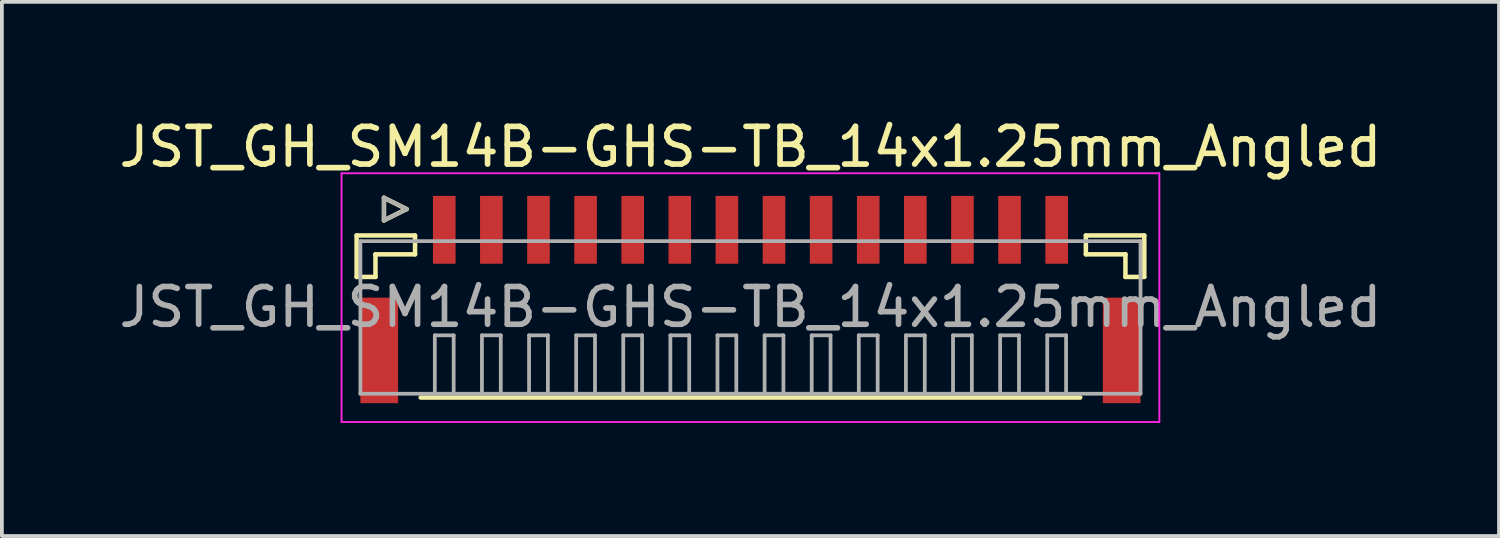
<source format=kicad_pcb>
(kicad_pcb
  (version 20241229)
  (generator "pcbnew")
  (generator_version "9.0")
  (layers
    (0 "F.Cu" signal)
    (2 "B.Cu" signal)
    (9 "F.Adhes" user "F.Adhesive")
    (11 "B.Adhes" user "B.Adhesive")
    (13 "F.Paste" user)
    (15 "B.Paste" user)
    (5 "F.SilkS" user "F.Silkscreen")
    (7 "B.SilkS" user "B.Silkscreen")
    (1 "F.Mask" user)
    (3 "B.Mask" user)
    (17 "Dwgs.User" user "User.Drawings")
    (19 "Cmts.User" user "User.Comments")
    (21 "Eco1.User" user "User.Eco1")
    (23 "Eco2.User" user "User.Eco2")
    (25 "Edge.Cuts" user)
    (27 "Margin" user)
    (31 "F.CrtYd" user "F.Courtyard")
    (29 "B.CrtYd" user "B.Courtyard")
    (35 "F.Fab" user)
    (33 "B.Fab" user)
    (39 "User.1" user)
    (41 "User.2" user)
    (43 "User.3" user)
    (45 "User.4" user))
  (footprint "JST_GH_SM14B-GHS-TB_14x1.25mm_Angled"
    (layer "F.Cu")
    (at 16.863 4.648)
    (property "Reference" "JST_GH_SM14B-GHS-TB_14x1.25mm_Angled" (at 0 -3.8 0) (layer "F.SilkS") (effects (font (size 1 1) (thickness 0.15))))
    (attr smd)
    (fp_line (start -10.45 -1.45) (end -8.9 -1.45) (stroke (width 0.12) (type solid)) (layer "F.SilkS"))
    (fp_line (start -10.45 -0.35) (end -10.45 -1.45) (stroke (width 0.12) (type solid)) (layer "F.SilkS"))
    (fp_line (start -9.95 -0.95) (end -9.95 -0.35) (stroke (width 0.12) (type solid)) (layer "F.SilkS"))
    (fp_line (start -9.95 -0.35) (end -10.45 -0.35) (stroke (width 0.12) (type solid)) (layer "F.SilkS"))
    (fp_line (start -9.725 -2.45) (end -9.725 -1.85) (stroke (width 0.12) (type solid)) (layer "F.SilkS"))
    (fp_line (start -9.725 -1.85) (end -9.125 -2.15) (stroke (width 0.12) (type solid)) (layer "F.SilkS"))
    (fp_line (start -9.125 -2.15) (end -9.725 -2.45) (stroke (width 0.12) (type solid)) (layer "F.SilkS"))
    (fp_line (start -8.9 -1.45) (end -8.9 -0.95) (stroke (width 0.12) (type solid)) (layer "F.SilkS"))
    (fp_line (start -8.9 -0.95) (end -9.95 -0.95) (stroke (width 0.12) (type solid)) (layer "F.SilkS"))
    (fp_line (start -8.75 2.85) (end 8.75 2.85) (stroke (width 0.12) (type solid)) (layer "F.SilkS"))
    (fp_line (start 8.9 -1.45) (end 8.9 -0.95) (stroke (width 0.12) (type solid)) (layer "F.SilkS"))
    (fp_line (start 8.9 -0.95) (end 9.95 -0.95) (stroke (width 0.12) (type solid)) (layer "F.SilkS"))
    (fp_line (start 9.95 -0.95) (end 9.95 -0.35) (stroke (width 0.12) (type solid)) (layer "F.SilkS"))
    (fp_line (start 9.95 -0.35) (end 10.45 -0.35) (stroke (width 0.12) (type solid)) (layer "F.SilkS"))
    (fp_line (start 10.45 -1.45) (end 8.9 -1.45) (stroke (width 0.12) (type solid)) (layer "F.SilkS"))
    (fp_line (start 10.45 -0.35) (end 10.45 -1.45) (stroke (width 0.12) (type solid)) (layer "F.SilkS"))
    (fp_line (start -10.85 -3.1) (end -10.85 3.5) (stroke (width 0.05) (type solid)) (layer "F.CrtYd"))
    (fp_line (start -10.85 3.5) (end 10.85 3.5) (stroke (width 0.05) (type solid)) (layer "F.CrtYd"))
    (fp_line (start 10.85 -3.1) (end -10.85 -3.1) (stroke (width 0.05) (type solid)) (layer "F.CrtYd"))
    (fp_line (start 10.85 3.5) (end 10.85 -3.1) (stroke (width 0.05) (type solid)) (layer "F.CrtYd"))
    (fp_line (start -10.35 -1.3) (end -10.35 2.75) (stroke (width 0.1) (type solid)) (layer "F.Fab"))
    (fp_line (start -10.35 2.75) (end 10.35 2.75) (stroke (width 0.1) (type solid)) (layer "F.Fab"))
    (fp_line (start -9.725 -2.45) (end -9.725 -1.85) (stroke (width 0.1) (type solid)) (layer "F.Fab"))
    (fp_line (start -9.725 -1.85) (end -9.125 -2.15) (stroke (width 0.1) (type solid)) (layer "F.Fab"))
    (fp_line (start -9.125 -2.15) (end -9.725 -2.45) (stroke (width 0.1) (type solid)) (layer "F.Fab"))
    (fp_line (start -8.375 1.2) (end -7.875 1.2) (stroke (width 0.1) (type solid)) (layer "F.Fab"))
    (fp_line (start -8.375 2.7) (end -8.375 1.2) (stroke (width 0.1) (type solid)) (layer "F.Fab"))
    (fp_line (start -7.875 1.2) (end -7.875 2.7) (stroke (width 0.1) (type solid)) (layer "F.Fab"))
    (fp_line (start -7.125 1.2) (end -6.625 1.2) (stroke (width 0.1) (type solid)) (layer "F.Fab"))
    (fp_line (start -7.125 2.7) (end -7.125 1.2) (stroke (width 0.1) (type solid)) (layer "F.Fab"))
    (fp_line (start -6.625 1.2) (end -6.625 2.7) (stroke (width 0.1) (type solid)) (layer "F.Fab"))
    (fp_line (start -5.875 1.2) (end -5.375 1.2) (stroke (width 0.1) (type solid)) (layer "F.Fab"))
    (fp_line (start -5.875 2.7) (end -5.875 1.2) (stroke (width 0.1) (type solid)) (layer "F.Fab"))
    (fp_line (start -5.375 1.2) (end -5.375 2.7) (stroke (width 0.1) (type solid)) (layer "F.Fab"))
    (fp_line (start -4.625 1.2) (end -4.125 1.2) (stroke (width 0.1) (type solid)) (layer "F.Fab"))
    (fp_line (start -4.625 2.7) (end -4.625 1.2) (stroke (width 0.1) (type solid)) (layer "F.Fab"))
    (fp_line (start -4.125 1.2) (end -4.125 2.7) (stroke (width 0.1) (type solid)) (layer "F.Fab"))
    (fp_line (start -3.375 1.2) (end -2.875 1.2) (stroke (width 0.1) (type solid)) (layer "F.Fab"))
    (fp_line (start -3.375 2.7) (end -3.375 1.2) (stroke (width 0.1) (type solid)) (layer "F.Fab"))
    (fp_line (start -2.875 1.2) (end -2.875 2.7) (stroke (width 0.1) (type solid)) (layer "F.Fab"))
    (fp_line (start -2.125 1.2) (end -1.625 1.2) (stroke (width 0.1) (type solid)) (layer "F.Fab"))
    (fp_line (start -2.125 2.7) (end -2.125 1.2) (stroke (width 0.1) (type solid)) (layer "F.Fab"))
    (fp_line (start -1.625 1.2) (end -1.625 2.7) (stroke (width 0.1) (type solid)) (layer "F.Fab"))
    (fp_line (start -0.875 1.2) (end -0.375 1.2) (stroke (width 0.1) (type solid)) (layer "F.Fab"))
    (fp_line (start -0.875 2.7) (end -0.875 1.2) (stroke (width 0.1) (type solid)) (layer "F.Fab"))
    (fp_line (start -0.375 1.2) (end -0.375 2.7) (stroke (width 0.1) (type solid)) (layer "F.Fab"))
    (fp_line (start 0.375 1.2) (end 0.875 1.2) (stroke (width 0.1) (type solid)) (layer "F.Fab"))
    (fp_line (start 0.375 2.7) (end 0.375 1.2) (stroke (width 0.1) (type solid)) (layer "F.Fab"))
    (fp_line (start 0.875 1.2) (end 0.875 2.7) (stroke (width 0.1) (type solid)) (layer "F.Fab"))
    (fp_line (start 1.625 1.2) (end 2.125 1.2) (stroke (width 0.1) (type solid)) (layer "F.Fab"))
    (fp_line (start 1.625 2.7) (end 1.625 1.2) (stroke (width 0.1) (type solid)) (layer "F.Fab"))
    (fp_line (start 2.125 1.2) (end 2.125 2.7) (stroke (width 0.1) (type solid)) (layer "F.Fab"))
    (fp_line (start 2.875 1.2) (end 3.375 1.2) (stroke (width 0.1) (type solid)) (layer "F.Fab"))
    (fp_line (start 2.875 2.7) (end 2.875 1.2) (stroke (width 0.1) (type solid)) (layer "F.Fab"))
    (fp_line (start 3.375 1.2) (end 3.375 2.7) (stroke (width 0.1) (type solid)) (layer "F.Fab"))
    (fp_line (start 4.125 1.2) (end 4.625 1.2) (stroke (width 0.1) (type solid)) (layer "F.Fab"))
    (fp_line (start 4.125 2.7) (end 4.125 1.2) (stroke (width 0.1) (type solid)) (layer "F.Fab"))
    (fp_line (start 4.625 1.2) (end 4.625 2.7) (stroke (width 0.1) (type solid)) (layer "F.Fab"))
    (fp_line (start 5.375 1.2) (end 5.875 1.2) (stroke (width 0.1) (type solid)) (layer "F.Fab"))
    (fp_line (start 5.375 2.7) (end 5.375 1.2) (stroke (width 0.1) (type solid)) (layer "F.Fab"))
    (fp_line (start 5.875 1.2) (end 5.875 2.7) (stroke (width 0.1) (type solid)) (layer "F.Fab"))
    (fp_line (start 6.625 1.2) (end 7.125 1.2) (stroke (width 0.1) (type solid)) (layer "F.Fab"))
    (fp_line (start 6.625 2.7) (end 6.625 1.2) (stroke (width 0.1) (type solid)) (layer "F.Fab"))
    (fp_line (start 7.125 1.2) (end 7.125 2.7) (stroke (width 0.1) (type solid)) (layer "F.Fab"))
    (fp_line (start 7.875 1.2) (end 8.375 1.2) (stroke (width 0.1) (type solid)) (layer "F.Fab"))
    (fp_line (start 7.875 2.7) (end 7.875 1.2) (stroke (width 0.1) (type solid)) (layer "F.Fab"))
    (fp_line (start 8.375 1.2) (end 8.375 2.7) (stroke (width 0.1) (type solid)) (layer "F.Fab"))
    (fp_line (start 10.35 -1.3) (end -10.35 -1.3) (stroke (width 0.1) (type solid)) (layer "F.Fab"))
    (fp_line (start 10.35 2.75) (end 10.35 -1.3) (stroke (width 0.1) (type solid)) (layer "F.Fab"))
    (fp_text user "${REFERENCE}" (at 0 0.45 0) (layer "F.Fab") (effects (font (size 1 1) (thickness 0.15))))
    (pad "" smd rect (at -9.85 1.6) (size 1 2.8) (layers "F.Cu" "F.Mask" "F.Paste"))
    (pad "" smd rect (at 9.85 1.6) (size 1 2.8) (layers "F.Cu" "F.Mask" "F.Paste"))
    (pad "1" smd rect (at -8.125 -1.6) (size 0.6 1.8) (layers "F.Cu" "F.Mask" "F.Paste"))
    (pad "2" smd rect (at -6.875 -1.6) (size 0.6 1.8) (layers "F.Cu" "F.Mask" "F.Paste"))
    (pad "3" smd rect (at -5.625 -1.6) (size 0.6 1.8) (layers "F.Cu" "F.Mask" "F.Paste"))
    (pad "4" smd rect (at -4.375 -1.6) (size 0.6 1.8) (layers "F.Cu" "F.Mask" "F.Paste"))
    (pad "5" smd rect (at -3.125 -1.6) (size 0.6 1.8) (layers "F.Cu" "F.Mask" "F.Paste"))
    (pad "6" smd rect (at -1.875 -1.6) (size 0.6 1.8) (layers "F.Cu" "F.Mask" "F.Paste"))
    (pad "7" smd rect (at -0.625 -1.6) (size 0.6 1.8) (layers "F.Cu" "F.Mask" "F.Paste"))
    (pad "8" smd rect (at 0.625 -1.6) (size 0.6 1.8) (layers "F.Cu" "F.Mask" "F.Paste"))
    (pad "9" smd rect (at 1.875 -1.6) (size 0.6 1.8) (layers "F.Cu" "F.Mask" "F.Paste"))
    (pad "10" smd rect (at 3.125 -1.6) (size 0.6 1.8) (layers "F.Cu" "F.Mask" "F.Paste"))
    (pad "11" smd rect (at 4.375 -1.6) (size 0.6 1.8) (layers "F.Cu" "F.Mask" "F.Paste"))
    (pad "12" smd rect (at 5.625 -1.6) (size 0.6 1.8) (layers "F.Cu" "F.Mask" "F.Paste"))
    (pad "13" smd rect (at 6.875 -1.6) (size 0.6 1.8) (layers "F.Cu" "F.Mask" "F.Paste"))
    (pad "14" smd rect (at 8.125 -1.6) (size 0.6 1.8) (layers "F.Cu" "F.Mask" "F.Paste")))
  (gr_rect
    (start -3 -3)
    (end 36.726 11.173)
    (stroke (width 0.1) (type default))
    (fill no)
    (layer "Edge.Cuts")))
</source>
